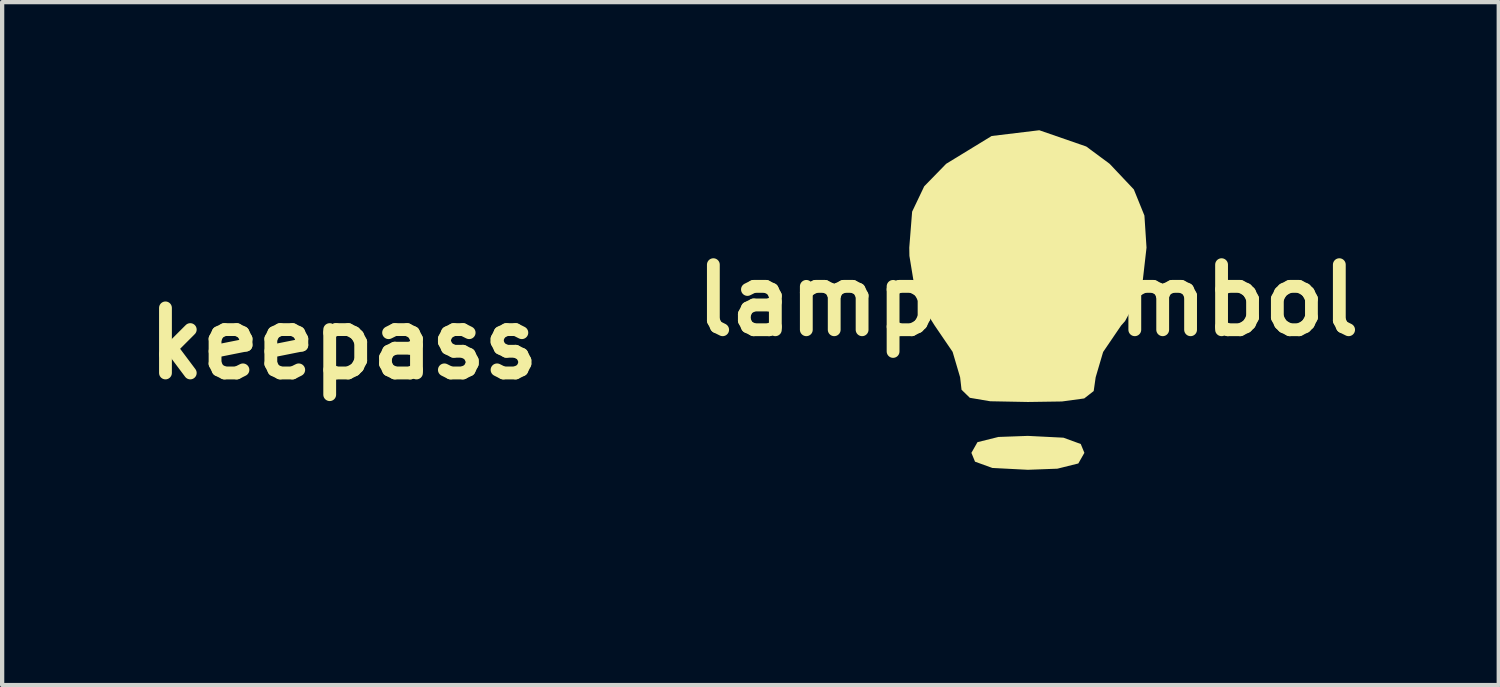
<source format=kicad_pcb>
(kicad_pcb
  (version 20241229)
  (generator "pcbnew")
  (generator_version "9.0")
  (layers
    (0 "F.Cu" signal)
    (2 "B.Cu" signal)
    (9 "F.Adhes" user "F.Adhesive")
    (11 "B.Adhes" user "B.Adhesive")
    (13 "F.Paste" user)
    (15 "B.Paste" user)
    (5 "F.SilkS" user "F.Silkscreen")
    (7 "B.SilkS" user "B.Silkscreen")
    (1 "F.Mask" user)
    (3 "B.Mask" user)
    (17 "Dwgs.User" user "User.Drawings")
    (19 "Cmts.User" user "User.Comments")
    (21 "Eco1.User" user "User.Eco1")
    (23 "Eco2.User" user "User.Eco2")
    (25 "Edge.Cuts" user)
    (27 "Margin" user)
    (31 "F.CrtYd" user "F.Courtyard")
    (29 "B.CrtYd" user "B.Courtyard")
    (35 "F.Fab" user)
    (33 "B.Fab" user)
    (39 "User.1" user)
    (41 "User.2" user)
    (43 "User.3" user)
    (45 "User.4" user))
  (footprint "keepass"
    (layer "F.Cu")
    (at 4.998 4.995)
    (property "Reference" "keepass" (at 0 0 0) (layer "F.SilkS") (effects (font (size 1.524 1.524) (thickness 0.3))))
    (attr board_only exclude_from_pos_files exclude_from_bom)
    (fp_poly (pts (xy 0.059 -4.995) (xy 0.141 -4.995) (xy 0.219 -4.993) (xy 0.288 -4.991) (xy 0.347 -4.988) (xy 0.379 -4.986) (xy 0.664 -4.955) (xy 0.943 -4.91) (xy 1.214 -4.851) (xy 1.48 -4.778) (xy 1.739 -4.69) (xy 1.993 -4.589) (xy 2.242 -4.472) (xy 2.43 -4.373) (xy 2.663 -4.235) (xy 2.886 -4.087) (xy 3.098 -3.929) (xy 3.301 -3.758) (xy 3.497 -3.574) (xy 3.528 -3.544) (xy 3.72 -3.341) (xy 3.898 -3.133) (xy 4.062 -2.919) (xy 4.212 -2.698) (xy 4.351 -2.469) (xy 4.477 -2.231) (xy 4.592 -1.984) (xy 4.608 -1.945) (xy 4.707 -1.692) (xy 4.792 -1.433) (xy 4.862 -1.17) (xy 4.918 -0.902) (xy 4.959 -0.632) (xy 4.985 -0.36) (xy 4.997 -0.086) (xy 4.995 0.188) (xy 4.977 0.462) (xy 4.944 0.735) (xy 4.897 1.005) (xy 4.886 1.055) (xy 4.819 1.327) (xy 4.738 1.594) (xy 4.643 1.854) (xy 4.534 2.107) (xy 4.41 2.354) (xy 4.272 2.594) (xy 4.12 2.828) (xy 3.954 3.055) (xy 3.786 3.262) (xy 3.738 3.316) (xy 3.681 3.377) (xy 3.618 3.444) (xy 3.55 3.513) (xy 3.481 3.582) (xy 3.412 3.648) (xy 3.348 3.709) (xy 3.289 3.762) (xy 3.262 3.786) (xy 3.041 3.965) (xy 2.814 4.13) (xy 2.579 4.281) (xy 2.338 4.418) (xy 2.09 4.541) (xy 1.836 4.65) (xy 1.576 4.744) (xy 1.31 4.824) (xy 1.039 4.889) (xy 0.763 4.94) (xy 0.482 4.976) (xy 0.383 4.985) (xy 0.347 4.987) (xy 0.299 4.989) (xy 0.242 4.991) (xy 0.179 4.993) (xy 0.113 4.995) (xy 0.045 4.996) (xy -0.021 4.997) (xy -0.082 4.997) (xy -0.137 4.997) (xy -0.181 4.997) (xy -0.212 4.996) (xy -0.215 4.996) (xy -0.352 4.986) (xy -0.477 4.976) (xy -0.593 4.964) (xy -0.702 4.951) (xy -0.808 4.935) (xy -0.913 4.916) (xy -1.02 4.895) (xy -1.063 4.886) (xy -1.335 4.819) (xy -1.602 4.738) (xy -1.862 4.642) (xy -2.117 4.532) (xy -2.365 4.408) (xy -2.606 4.271) (xy -2.84 4.119) (xy -3.053 3.964) (xy -3.232 3.818) (xy -3.41 3.659) (xy -3.582 3.49) (xy -3.746 3.313) (xy -3.9 3.131) (xy -3.954 3.063) (xy -4.115 2.843) (xy -4.264 2.614) (xy -4.316 2.524) (xy -2.336 2.524) (xy 2.336 2.524) (xy 2.336 1.906) (xy -2.336 1.906) (xy -2.336 2.524) (xy -4.316 2.524) (xy -4.4 2.377) (xy -4.523 2.134) (xy -4.633 1.884) (xy -4.668 1.789) (xy -2.336 1.789) (xy -0.367 1.789) (xy 0.406 1.789) (xy 2.336 1.789) (xy 2.336 1.164) (xy 0.406 1.164) (xy 0.406 1.789) (xy -0.367 1.789) (xy -0.367 1.164) (xy -2.336 1.164) (xy -2.336 1.789) (xy -4.668 1.789) (xy -4.728 1.63) (xy -4.809 1.372) (xy -4.875 1.112) (xy -4.882 1.081) (xy -4.887 1.055) (xy -2.336 1.055) (xy -0.367 1.055) (xy 0.406 1.055) (xy 2.336 1.055) (xy 2.336 0.43) (xy 0.406 0.43) (xy 0.406 1.055) (xy -0.367 1.055) (xy -0.367 0.43) (xy -2.336 0.43) (xy -2.336 1.055) (xy -4.887 1.055) (xy -4.934 0.804) (xy -4.971 0.525) (xy -4.987 0.32) (xy -2.336 0.32) (xy 2.336 0.32) (xy 2.336 -0.305) (xy -2.336 -0.305) (xy -2.336 0.32) (xy -4.987 0.32) (xy -4.992 0.247) (xy -4.998 -0.031) (xy -4.989 -0.307) (xy -4.98 -0.414) (xy -2.008 -0.414) (xy -1.623 -0.416) (xy -1.238 -0.418) (xy -1.234 -0.805) (xy -1.232 -0.912) (xy -1.231 -1.005) (xy -1.229 -1.083) (xy -1.227 -1.147) (xy -1.224 -1.195) (xy -1.222 -1.228) (xy -1.22 -1.242) (xy -1.186 -1.382) (xy -1.139 -1.515) (xy -1.078 -1.639) (xy -1.005 -1.755) (xy -0.918 -1.863) (xy -0.82 -1.961) (xy -0.813 -1.967) (xy -0.705 -2.051) (xy -0.591 -2.122) (xy -0.472 -2.179) (xy -0.348 -2.222) (xy -0.221 -2.252) (xy -0.092 -2.269) (xy 0.038 -2.271) (xy 0.168 -2.26) (xy 0.296 -2.236) (xy 0.421 -2.198) (xy 0.543 -2.146) (xy 0.66 -2.081) (xy 0.771 -2.002) (xy 0.815 -1.965) (xy 0.913 -1.869) (xy 1 -1.763) (xy 1.074 -1.647) (xy 1.135 -1.523) (xy 1.184 -1.391) (xy 1.212 -1.285) (xy 1.216 -1.267) (xy 1.219 -1.249) (xy 1.222 -1.231) (xy 1.224 -1.21) (xy 1.226 -1.185) (xy 1.228 -1.155) (xy 1.229 -1.117) (xy 1.23 -1.072) (xy 1.231 -1.016) (xy 1.231 -0.948) (xy 1.232 -0.867) (xy 1.232 -0.815) (xy 1.235 -0.422) (xy 2.008 -0.422) (xy 2.008 -0.788) (xy 2.008 -0.888) (xy 2.007 -0.975) (xy 2.006 -1.05) (xy 2.005 -1.115) (xy 2.003 -1.171) (xy 2 -1.221) (xy 1.996 -1.266) (xy 1.991 -1.308) (xy 1.985 -1.349) (xy 1.978 -1.391) (xy 1.969 -1.436) (xy 1.968 -1.438) (xy 1.926 -1.608) (xy 1.87 -1.772) (xy 1.8 -1.93) (xy 1.718 -2.08) (xy 1.623 -2.222) (xy 1.517 -2.355) (xy 1.399 -2.478) (xy 1.272 -2.592) (xy 1.134 -2.695) (xy 0.988 -2.786) (xy 0.833 -2.865) (xy 0.67 -2.93) (xy 0.625 -2.946) (xy 0.511 -2.98) (xy 0.403 -3.006) (xy 0.295 -3.025) (xy 0.183 -3.037) (xy 0.063 -3.042) (xy 0 -3.043) (xy -0.125 -3.04) (xy -0.24 -3.032) (xy -0.35 -3.017) (xy -0.457 -2.994) (xy -0.568 -2.964) (xy -0.625 -2.946) (xy -0.79 -2.884) (xy -0.947 -2.808) (xy -1.096 -2.72) (xy -1.236 -2.621) (xy -1.366 -2.51) (xy -1.486 -2.39) (xy -1.595 -2.26) (xy -1.692 -2.121) (xy -1.778 -1.973) (xy -1.851 -1.819) (xy -1.911 -1.657) (xy -1.958 -1.49) (xy -1.99 -1.318) (xy -1.996 -1.268) (xy -1.999 -1.238) (xy -2.002 -1.202) (xy -2.004 -1.16) (xy -2.005 -1.109) (xy -2.007 -1.049) (xy -2.007 -0.977) (xy -2.008 -0.893) (xy -2.008 -0.795) (xy -2.008 -0.414) (xy -4.98 -0.414) (xy -4.965 -0.583) (xy -4.925 -0.856) (xy -4.87 -1.127) (xy -4.8 -1.395) (xy -4.715 -1.66) (xy -4.615 -1.92) (xy -4.576 -2.012) (xy -4.46 -2.259) (xy -4.331 -2.497) (xy -4.19 -2.727) (xy -4.036 -2.949) (xy -3.868 -3.163) (xy -3.687 -3.371) (xy -3.532 -3.532) (xy -3.329 -3.725) (xy -3.12 -3.903) (xy -2.904 -4.068) (xy -2.681 -4.22) (xy -2.449 -4.358) (xy -2.208 -4.485) (xy -1.957 -4.599) (xy -1.75 -4.682) (xy -1.497 -4.77) (xy -1.236 -4.844) (xy -0.967 -4.904) (xy -0.691 -4.95) (xy -0.408 -4.983) (xy -0.371 -4.986) (xy -0.321 -4.989) (xy -0.259 -4.992) (xy -0.187 -4.994) (xy -0.108 -4.995) (xy -0.025 -4.995)) (stroke (width 0) (type solid)) (fill yes) (layer "F.Mask")))
  (footprint "lamp-symbol"
    (layer "F.Cu")
    (at 21.022 3.983)
    (property "Reference" "lamp-symbol" (at 0 0 0) (layer "F.SilkS") (effects (font (size 1.524 1.524) (thickness 0.3))))
    (attr board_only exclude_from_pos_files exclude_from_bom)
    (fp_poly (pts (xy 0.832 3.217) (xy 1.238 3.365) (xy 1.323 3.572) (xy 1.181 3.821) (xy 0.691 3.943) (xy 0 3.969) (xy -0.832 3.926) (xy -1.238 3.779) (xy -1.323 3.572) (xy -1.181 3.322) (xy -0.691 3.2) (xy 0 3.175)) (stroke (width 0) (type solid)) (fill yes) (layer "F.SilkS"))
    (fp_poly (pts (xy 1.367 -3.602) (xy 1.914 -3.197) (xy 2.481 -2.597) (xy 2.729 -1.985) (xy 2.778 -1.234) (xy 2.664 -0.235) (xy 2.277 0.485) (xy 2.183 0.591) (xy 1.762 1.21) (xy 1.587 1.803) (xy 1.541 2.125) (xy 1.319 2.298) (xy 0.798 2.369) (xy 0 2.381) (xy -0.883 2.364) (xy -1.36 2.283) (xy -1.554 2.094) (xy -1.587 1.803) (xy -1.763 1.207) (xy -2.183 0.591) (xy -2.621 -0.104) (xy -2.775 -1.042) (xy -2.778 -1.234) (xy -2.711 -2.076) (xy -2.428 -2.67) (xy -1.914 -3.197) (xy -0.849 -3.848) (xy 0.267 -3.983)) (stroke (width 0) (type solid)) (fill yes) (layer "F.SilkS")))
  (gr_rect
    (start -3 -3)
    (end 32.049 12.993)
    (stroke (width 0.1) (type default))
    (fill no)
    (layer "Edge.Cuts")))
</source>
